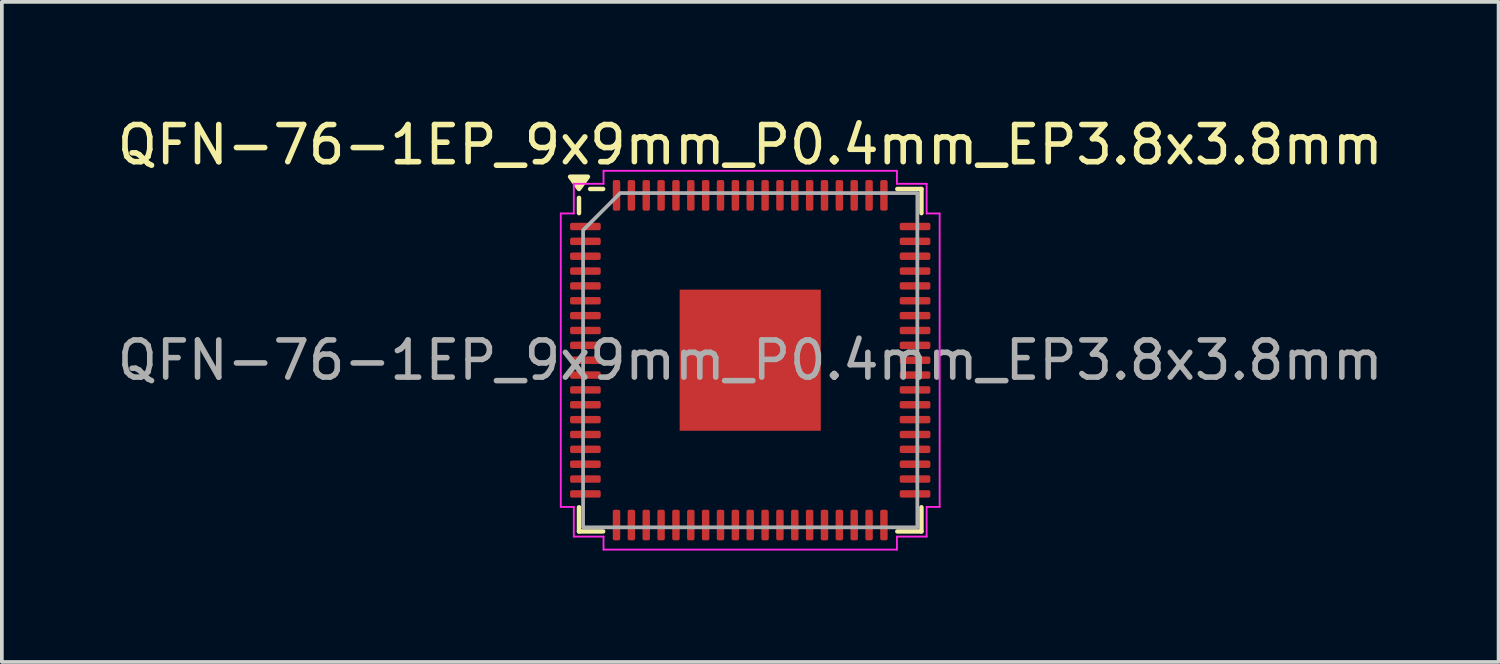
<source format=kicad_pcb>
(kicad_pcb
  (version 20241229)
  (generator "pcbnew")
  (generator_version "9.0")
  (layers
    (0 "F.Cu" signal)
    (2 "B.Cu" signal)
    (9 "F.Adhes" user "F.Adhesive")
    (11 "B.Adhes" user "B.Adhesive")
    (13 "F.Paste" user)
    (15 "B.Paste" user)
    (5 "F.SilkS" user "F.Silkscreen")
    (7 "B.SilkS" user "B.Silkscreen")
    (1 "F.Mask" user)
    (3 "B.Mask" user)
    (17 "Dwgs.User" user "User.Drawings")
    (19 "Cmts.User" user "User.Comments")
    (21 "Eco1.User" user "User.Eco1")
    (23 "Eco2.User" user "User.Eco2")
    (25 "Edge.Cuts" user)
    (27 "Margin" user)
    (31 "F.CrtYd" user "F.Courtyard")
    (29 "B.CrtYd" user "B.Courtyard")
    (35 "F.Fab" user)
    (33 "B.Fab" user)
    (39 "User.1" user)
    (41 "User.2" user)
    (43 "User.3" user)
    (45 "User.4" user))
  (footprint "QFN-76-1EP_9x9mm_P0.4mm_EP3.8x3.8mm"
    (layer "F.Cu")
    (at 17.149 6.648)
    (property "Reference" "QFN-76-1EP_9x9mm_P0.4mm_EP3.8x3.8mm" (at 0 -5.8 0) (layer "F.SilkS") (effects (font (size 1 1) (thickness 0.15))))
    (attr smd)
    (fp_line (start -4.61 -3.96) (end -4.61 -4.37) (stroke (width 0.12) (type solid)) (layer "F.SilkS"))
    (fp_line (start -4.61 4.61) (end -4.61 3.96) (stroke (width 0.12) (type solid)) (layer "F.SilkS"))
    (fp_line (start -3.96 -4.61) (end -4.31 -4.61) (stroke (width 0.12) (type solid)) (layer "F.SilkS"))
    (fp_line (start -3.96 4.61) (end -4.61 4.61) (stroke (width 0.12) (type solid)) (layer "F.SilkS"))
    (fp_line (start 3.96 -4.61) (end 4.61 -4.61) (stroke (width 0.12) (type solid)) (layer "F.SilkS"))
    (fp_line (start 3.96 4.61) (end 4.61 4.61) (stroke (width 0.12) (type solid)) (layer "F.SilkS"))
    (fp_line (start 4.61 -4.61) (end 4.61 -3.96) (stroke (width 0.12) (type solid)) (layer "F.SilkS"))
    (fp_line (start 4.61 4.61) (end 4.61 3.96) (stroke (width 0.12) (type solid)) (layer "F.SilkS"))
    (fp_poly (pts (xy -4.61 -4.61) (xy -4.85 -4.94) (xy -4.37 -4.94)) (stroke (width 0.12) (type solid)) (fill yes) (layer "F.SilkS"))
    (fp_line (start -5.1 -3.95) (end -4.75 -3.95) (stroke (width 0.05) (type solid)) (layer "F.CrtYd"))
    (fp_line (start -5.1 3.95) (end -5.1 -3.95) (stroke (width 0.05) (type solid)) (layer "F.CrtYd"))
    (fp_line (start -4.75 -4.75) (end -3.95 -4.75) (stroke (width 0.05) (type solid)) (layer "F.CrtYd"))
    (fp_line (start -4.75 -3.95) (end -4.75 -4.75) (stroke (width 0.05) (type solid)) (layer "F.CrtYd"))
    (fp_line (start -4.75 3.95) (end -5.1 3.95) (stroke (width 0.05) (type solid)) (layer "F.CrtYd"))
    (fp_line (start -4.75 4.75) (end -4.75 3.95) (stroke (width 0.05) (type solid)) (layer "F.CrtYd"))
    (fp_line (start -3.95 -5.1) (end 3.95 -5.1) (stroke (width 0.05) (type solid)) (layer "F.CrtYd"))
    (fp_line (start -3.95 -4.75) (end -3.95 -5.1) (stroke (width 0.05) (type solid)) (layer "F.CrtYd"))
    (fp_line (start -3.95 4.75) (end -4.75 4.75) (stroke (width 0.05) (type solid)) (layer "F.CrtYd"))
    (fp_line (start -3.95 5.1) (end -3.95 4.75) (stroke (width 0.05) (type solid)) (layer "F.CrtYd"))
    (fp_line (start 3.95 -5.1) (end 3.95 -4.75) (stroke (width 0.05) (type solid)) (layer "F.CrtYd"))
    (fp_line (start 3.95 -4.75) (end 4.75 -4.75) (stroke (width 0.05) (type solid)) (layer "F.CrtYd"))
    (fp_line (start 3.95 4.75) (end 3.95 5.1) (stroke (width 0.05) (type solid)) (layer "F.CrtYd"))
    (fp_line (start 3.95 5.1) (end -3.95 5.1) (stroke (width 0.05) (type solid)) (layer "F.CrtYd"))
    (fp_line (start 4.75 -4.75) (end 4.75 -3.95) (stroke (width 0.05) (type solid)) (layer "F.CrtYd"))
    (fp_line (start 4.75 -3.95) (end 5.1 -3.95) (stroke (width 0.05) (type solid)) (layer "F.CrtYd"))
    (fp_line (start 4.75 3.95) (end 4.75 4.75) (stroke (width 0.05) (type solid)) (layer "F.CrtYd"))
    (fp_line (start 4.75 4.75) (end 3.95 4.75) (stroke (width 0.05) (type solid)) (layer "F.CrtYd"))
    (fp_line (start 5.1 -3.95) (end 5.1 3.95) (stroke (width 0.05) (type solid)) (layer "F.CrtYd"))
    (fp_line (start 5.1 3.95) (end 4.75 3.95) (stroke (width 0.05) (type solid)) (layer "F.CrtYd"))
    (fp_poly (pts (xy -4.5 -3.5) (xy -4.5 4.5) (xy 4.5 4.5) (xy 4.5 -4.5) (xy -3.5 -4.5)) (stroke (width 0.1) (type solid)) (fill no) (layer "F.Fab"))
    (fp_text user "${REFERENCE}" (at 0 0 0) (layer "F.Fab") (effects (font (size 1 1) (thickness 0.15))))
    (pad "" smd roundrect (at -1.27 -1.27) (size 1.02 1.02) (layers "F.Paste") (roundrect_rratio 0.245))
    (pad "" smd roundrect (at -1.27 0) (size 1.02 1.02) (layers "F.Paste") (roundrect_rratio 0.245))
    (pad "" smd roundrect (at -1.27 1.27) (size 1.02 1.02) (layers "F.Paste") (roundrect_rratio 0.245))
    (pad "" smd roundrect (at 0 -1.27) (size 1.02 1.02) (layers "F.Paste") (roundrect_rratio 0.245))
    (pad "" smd roundrect (at 0 0) (size 1.02 1.02) (layers "F.Paste") (roundrect_rratio 0.245))
    (pad "" smd roundrect (at 0 1.27) (size 1.02 1.02) (layers "F.Paste") (roundrect_rratio 0.245))
    (pad "" smd roundrect (at 1.27 -1.27) (size 1.02 1.02) (layers "F.Paste") (roundrect_rratio 0.245))
    (pad "" smd roundrect (at 1.27 0) (size 1.02 1.02) (layers "F.Paste") (roundrect_rratio 0.245))
    (pad "" smd roundrect (at 1.27 1.27) (size 1.02 1.02) (layers "F.Paste") (roundrect_rratio 0.245))
    (pad "1" smd roundrect (at -4.438 -3.6) (size 0.825 0.2) (layers "F.Cu" "F.Mask" "F.Paste") (roundrect_rratio 0.25))
    (pad "2" smd roundrect (at -4.438 -3.2) (size 0.825 0.2) (layers "F.Cu" "F.Mask" "F.Paste") (roundrect_rratio 0.25))
    (pad "3" smd roundrect (at -4.438 -2.8) (size 0.825 0.2) (layers "F.Cu" "F.Mask" "F.Paste") (roundrect_rratio 0.25))
    (pad "4" smd roundrect (at -4.438 -2.4) (size 0.825 0.2) (layers "F.Cu" "F.Mask" "F.Paste") (roundrect_rratio 0.25))
    (pad "5" smd roundrect (at -4.438 -2) (size 0.825 0.2) (layers "F.Cu" "F.Mask" "F.Paste") (roundrect_rratio 0.25))
    (pad "6" smd roundrect (at -4.438 -1.6) (size 0.825 0.2) (layers "F.Cu" "F.Mask" "F.Paste") (roundrect_rratio 0.25))
    (pad "7" smd roundrect (at -4.438 -1.2) (size 0.825 0.2) (layers "F.Cu" "F.Mask" "F.Paste") (roundrect_rratio 0.25))
    (pad "8" smd roundrect (at -4.438 -0.8) (size 0.825 0.2) (layers "F.Cu" "F.Mask" "F.Paste") (roundrect_rratio 0.25))
    (pad "9" smd roundrect (at -4.438 -0.4) (size 0.825 0.2) (layers "F.Cu" "F.Mask" "F.Paste") (roundrect_rratio 0.25))
    (pad "10" smd roundrect (at -4.438 0) (size 0.825 0.2) (layers "F.Cu" "F.Mask" "F.Paste") (roundrect_rratio 0.25))
    (pad "11" smd roundrect (at -4.438 0.4) (size 0.825 0.2) (layers "F.Cu" "F.Mask" "F.Paste") (roundrect_rratio 0.25))
    (pad "12" smd roundrect (at -4.438 0.8) (size 0.825 0.2) (layers "F.Cu" "F.Mask" "F.Paste") (roundrect_rratio 0.25))
    (pad "13" smd roundrect (at -4.438 1.2) (size 0.825 0.2) (layers "F.Cu" "F.Mask" "F.Paste") (roundrect_rratio 0.25))
    (pad "14" smd roundrect (at -4.438 1.6) (size 0.825 0.2) (layers "F.Cu" "F.Mask" "F.Paste") (roundrect_rratio 0.25))
    (pad "15" smd roundrect (at -4.438 2) (size 0.825 0.2) (layers "F.Cu" "F.Mask" "F.Paste") (roundrect_rratio 0.25))
    (pad "16" smd roundrect (at -4.438 2.4) (size 0.825 0.2) (layers "F.Cu" "F.Mask" "F.Paste") (roundrect_rratio 0.25))
    (pad "17" smd roundrect (at -4.438 2.8) (size 0.825 0.2) (layers "F.Cu" "F.Mask" "F.Paste") (roundrect_rratio 0.25))
    (pad "18" smd roundrect (at -4.438 3.2) (size 0.825 0.2) (layers "F.Cu" "F.Mask" "F.Paste") (roundrect_rratio 0.25))
    (pad "19" smd roundrect (at -4.438 3.6) (size 0.825 0.2) (layers "F.Cu" "F.Mask" "F.Paste") (roundrect_rratio 0.25))
    (pad "20" smd roundrect (at -3.6 4.438) (size 0.2 0.825) (layers "F.Cu" "F.Mask" "F.Paste") (roundrect_rratio 0.25))
    (pad "21" smd roundrect (at -3.2 4.438) (size 0.2 0.825) (layers "F.Cu" "F.Mask" "F.Paste") (roundrect_rratio 0.25))
    (pad "22" smd roundrect (at -2.8 4.438) (size 0.2 0.825) (layers "F.Cu" "F.Mask" "F.Paste") (roundrect_rratio 0.25))
    (pad "23" smd roundrect (at -2.4 4.438) (size 0.2 0.825) (layers "F.Cu" "F.Mask" "F.Paste") (roundrect_rratio 0.25))
    (pad "24" smd roundrect (at -2 4.438) (size 0.2 0.825) (layers "F.Cu" "F.Mask" "F.Paste") (roundrect_rratio 0.25))
    (pad "25" smd roundrect (at -1.6 4.438) (size 0.2 0.825) (layers "F.Cu" "F.Mask" "F.Paste") (roundrect_rratio 0.25))
    (pad "26" smd roundrect (at -1.2 4.438) (size 0.2 0.825) (layers "F.Cu" "F.Mask" "F.Paste") (roundrect_rratio 0.25))
    (pad "27" smd roundrect (at -0.8 4.438) (size 0.2 0.825) (layers "F.Cu" "F.Mask" "F.Paste") (roundrect_rratio 0.25))
    (pad "28" smd roundrect (at -0.4 4.438) (size 0.2 0.825) (layers "F.Cu" "F.Mask" "F.Paste") (roundrect_rratio 0.25))
    (pad "29" smd roundrect (at 0 4.438) (size 0.2 0.825) (layers "F.Cu" "F.Mask" "F.Paste") (roundrect_rratio 0.25))
    (pad "30" smd roundrect (at 0.4 4.438) (size 0.2 0.825) (layers "F.Cu" "F.Mask" "F.Paste") (roundrect_rratio 0.25))
    (pad "31" smd roundrect (at 0.8 4.438) (size 0.2 0.825) (layers "F.Cu" "F.Mask" "F.Paste") (roundrect_rratio 0.25))
    (pad "32" smd roundrect (at 1.2 4.438) (size 0.2 0.825) (layers "F.Cu" "F.Mask" "F.Paste") (roundrect_rratio 0.25))
    (pad "33" smd roundrect (at 1.6 4.438) (size 0.2 0.825) (layers "F.Cu" "F.Mask" "F.Paste") (roundrect_rratio 0.25))
    (pad "34" smd roundrect (at 2 4.438) (size 0.2 0.825) (layers "F.Cu" "F.Mask" "F.Paste") (roundrect_rratio 0.25))
    (pad "35" smd roundrect (at 2.4 4.438) (size 0.2 0.825) (layers "F.Cu" "F.Mask" "F.Paste") (roundrect_rratio 0.25))
    (pad "36" smd roundrect (at 2.8 4.438) (size 0.2 0.825) (layers "F.Cu" "F.Mask" "F.Paste") (roundrect_rratio 0.25))
    (pad "37" smd roundrect (at 3.2 4.438) (size 0.2 0.825) (layers "F.Cu" "F.Mask" "F.Paste") (roundrect_rratio 0.25))
    (pad "38" smd roundrect (at 3.6 4.438) (size 0.2 0.825) (layers "F.Cu" "F.Mask" "F.Paste") (roundrect_rratio 0.25))
    (pad "39" smd roundrect (at 4.438 3.6) (size 0.825 0.2) (layers "F.Cu" "F.Mask" "F.Paste") (roundrect_rratio 0.25))
    (pad "40" smd roundrect (at 4.438 3.2) (size 0.825 0.2) (layers "F.Cu" "F.Mask" "F.Paste") (roundrect_rratio 0.25))
    (pad "41" smd roundrect (at 4.438 2.8) (size 0.825 0.2) (layers "F.Cu" "F.Mask" "F.Paste") (roundrect_rratio 0.25))
    (pad "42" smd roundrect (at 4.438 2.4) (size 0.825 0.2) (layers "F.Cu" "F.Mask" "F.Paste") (roundrect_rratio 0.25))
    (pad "43" smd roundrect (at 4.438 2) (size 0.825 0.2) (layers "F.Cu" "F.Mask" "F.Paste") (roundrect_rratio 0.25))
    (pad "44" smd roundrect (at 4.438 1.6) (size 0.825 0.2) (layers "F.Cu" "F.Mask" "F.Paste") (roundrect_rratio 0.25))
    (pad "45" smd roundrect (at 4.438 1.2) (size 0.825 0.2) (layers "F.Cu" "F.Mask" "F.Paste") (roundrect_rratio 0.25))
    (pad "46" smd roundrect (at 4.438 0.8) (size 0.825 0.2) (layers "F.Cu" "F.Mask" "F.Paste") (roundrect_rratio 0.25))
    (pad "47" smd roundrect (at 4.438 0.4) (size 0.825 0.2) (layers "F.Cu" "F.Mask" "F.Paste") (roundrect_rratio 0.25))
    (pad "48" smd roundrect (at 4.438 0) (size 0.825 0.2) (layers "F.Cu" "F.Mask" "F.Paste") (roundrect_rratio 0.25))
    (pad "49" smd roundrect (at 4.438 -0.4) (size 0.825 0.2) (layers "F.Cu" "F.Mask" "F.Paste") (roundrect_rratio 0.25))
    (pad "50" smd roundrect (at 4.438 -0.8) (size 0.825 0.2) (layers "F.Cu" "F.Mask" "F.Paste") (roundrect_rratio 0.25))
    (pad "51" smd roundrect (at 4.438 -1.2) (size 0.825 0.2) (layers "F.Cu" "F.Mask" "F.Paste") (roundrect_rratio 0.25))
    (pad "52" smd roundrect (at 4.438 -1.6) (size 0.825 0.2) (layers "F.Cu" "F.Mask" "F.Paste") (roundrect_rratio 0.25))
    (pad "53" smd roundrect (at 4.438 -2) (size 0.825 0.2) (layers "F.Cu" "F.Mask" "F.Paste") (roundrect_rratio 0.25))
    (pad "54" smd roundrect (at 4.438 -2.4) (size 0.825 0.2) (layers "F.Cu" "F.Mask" "F.Paste") (roundrect_rratio 0.25))
    (pad "55" smd roundrect (at 4.438 -2.8) (size 0.825 0.2) (layers "F.Cu" "F.Mask" "F.Paste") (roundrect_rratio 0.25))
    (pad "56" smd roundrect (at 4.438 -3.2) (size 0.825 0.2) (layers "F.Cu" "F.Mask" "F.Paste") (roundrect_rratio 0.25))
    (pad "57" smd roundrect (at 4.438 -3.6) (size 0.825 0.2) (layers "F.Cu" "F.Mask" "F.Paste") (roundrect_rratio 0.25))
    (pad "58" smd roundrect (at 3.6 -4.438) (size 0.2 0.825) (layers "F.Cu" "F.Mask" "F.Paste") (roundrect_rratio 0.25))
    (pad "59" smd roundrect (at 3.2 -4.438) (size 0.2 0.825) (layers "F.Cu" "F.Mask" "F.Paste") (roundrect_rratio 0.25))
    (pad "60" smd roundrect (at 2.8 -4.438) (size 0.2 0.825) (layers "F.Cu" "F.Mask" "F.Paste") (roundrect_rratio 0.25))
    (pad "61" smd roundrect (at 2.4 -4.438) (size 0.2 0.825) (layers "F.Cu" "F.Mask" "F.Paste") (roundrect_rratio 0.25))
    (pad "62" smd roundrect (at 2 -4.438) (size 0.2 0.825) (layers "F.Cu" "F.Mask" "F.Paste") (roundrect_rratio 0.25))
    (pad "63" smd roundrect (at 1.6 -4.438) (size 0.2 0.825) (layers "F.Cu" "F.Mask" "F.Paste") (roundrect_rratio 0.25))
    (pad "64" smd roundrect (at 1.2 -4.438) (size 0.2 0.825) (layers "F.Cu" "F.Mask" "F.Paste") (roundrect_rratio 0.25))
    (pad "65" smd roundrect (at 0.8 -4.438) (size 0.2 0.825) (layers "F.Cu" "F.Mask" "F.Paste") (roundrect_rratio 0.25))
    (pad "66" smd roundrect (at 0.4 -4.438) (size 0.2 0.825) (layers "F.Cu" "F.Mask" "F.Paste") (roundrect_rratio 0.25))
    (pad "67" smd roundrect (at 0 -4.438) (size 0.2 0.825) (layers "F.Cu" "F.Mask" "F.Paste") (roundrect_rratio 0.25))
    (pad "68" smd roundrect (at -0.4 -4.438) (size 0.2 0.825) (layers "F.Cu" "F.Mask" "F.Paste") (roundrect_rratio 0.25))
    (pad "69" smd roundrect (at -0.8 -4.438) (size 0.2 0.825) (layers "F.Cu" "F.Mask" "F.Paste") (roundrect_rratio 0.25))
    (pad "70" smd roundrect (at -1.2 -4.438) (size 0.2 0.825) (layers "F.Cu" "F.Mask" "F.Paste") (roundrect_rratio 0.25))
    (pad "71" smd roundrect (at -1.6 -4.438) (size 0.2 0.825) (layers "F.Cu" "F.Mask" "F.Paste") (roundrect_rratio 0.25))
    (pad "72" smd roundrect (at -2 -4.438) (size 0.2 0.825) (layers "F.Cu" "F.Mask" "F.Paste") (roundrect_rratio 0.25))
    (pad "73" smd roundrect (at -2.4 -4.438) (size 0.2 0.825) (layers "F.Cu" "F.Mask" "F.Paste") (roundrect_rratio 0.25))
    (pad "74" smd roundrect (at -2.8 -4.438) (size 0.2 0.825) (layers "F.Cu" "F.Mask" "F.Paste") (roundrect_rratio 0.25))
    (pad "75" smd roundrect (at -3.2 -4.438) (size 0.2 0.825) (layers "F.Cu" "F.Mask" "F.Paste") (roundrect_rratio 0.25))
    (pad "76" smd roundrect (at -3.6 -4.438) (size 0.2 0.825) (layers "F.Cu" "F.Mask" "F.Paste") (roundrect_rratio 0.25))
    (pad "77" smd rect (at 0 0) (size 3.8 3.8) (property pad_prop_heatsink) (layers "F.Cu" "F.Mask")))
  (gr_rect
    (start -3 -3)
    (end 37.298 14.773)
    (stroke (width 0.1) (type default))
    (fill no)
    (layer "Edge.Cuts")))
</source>
